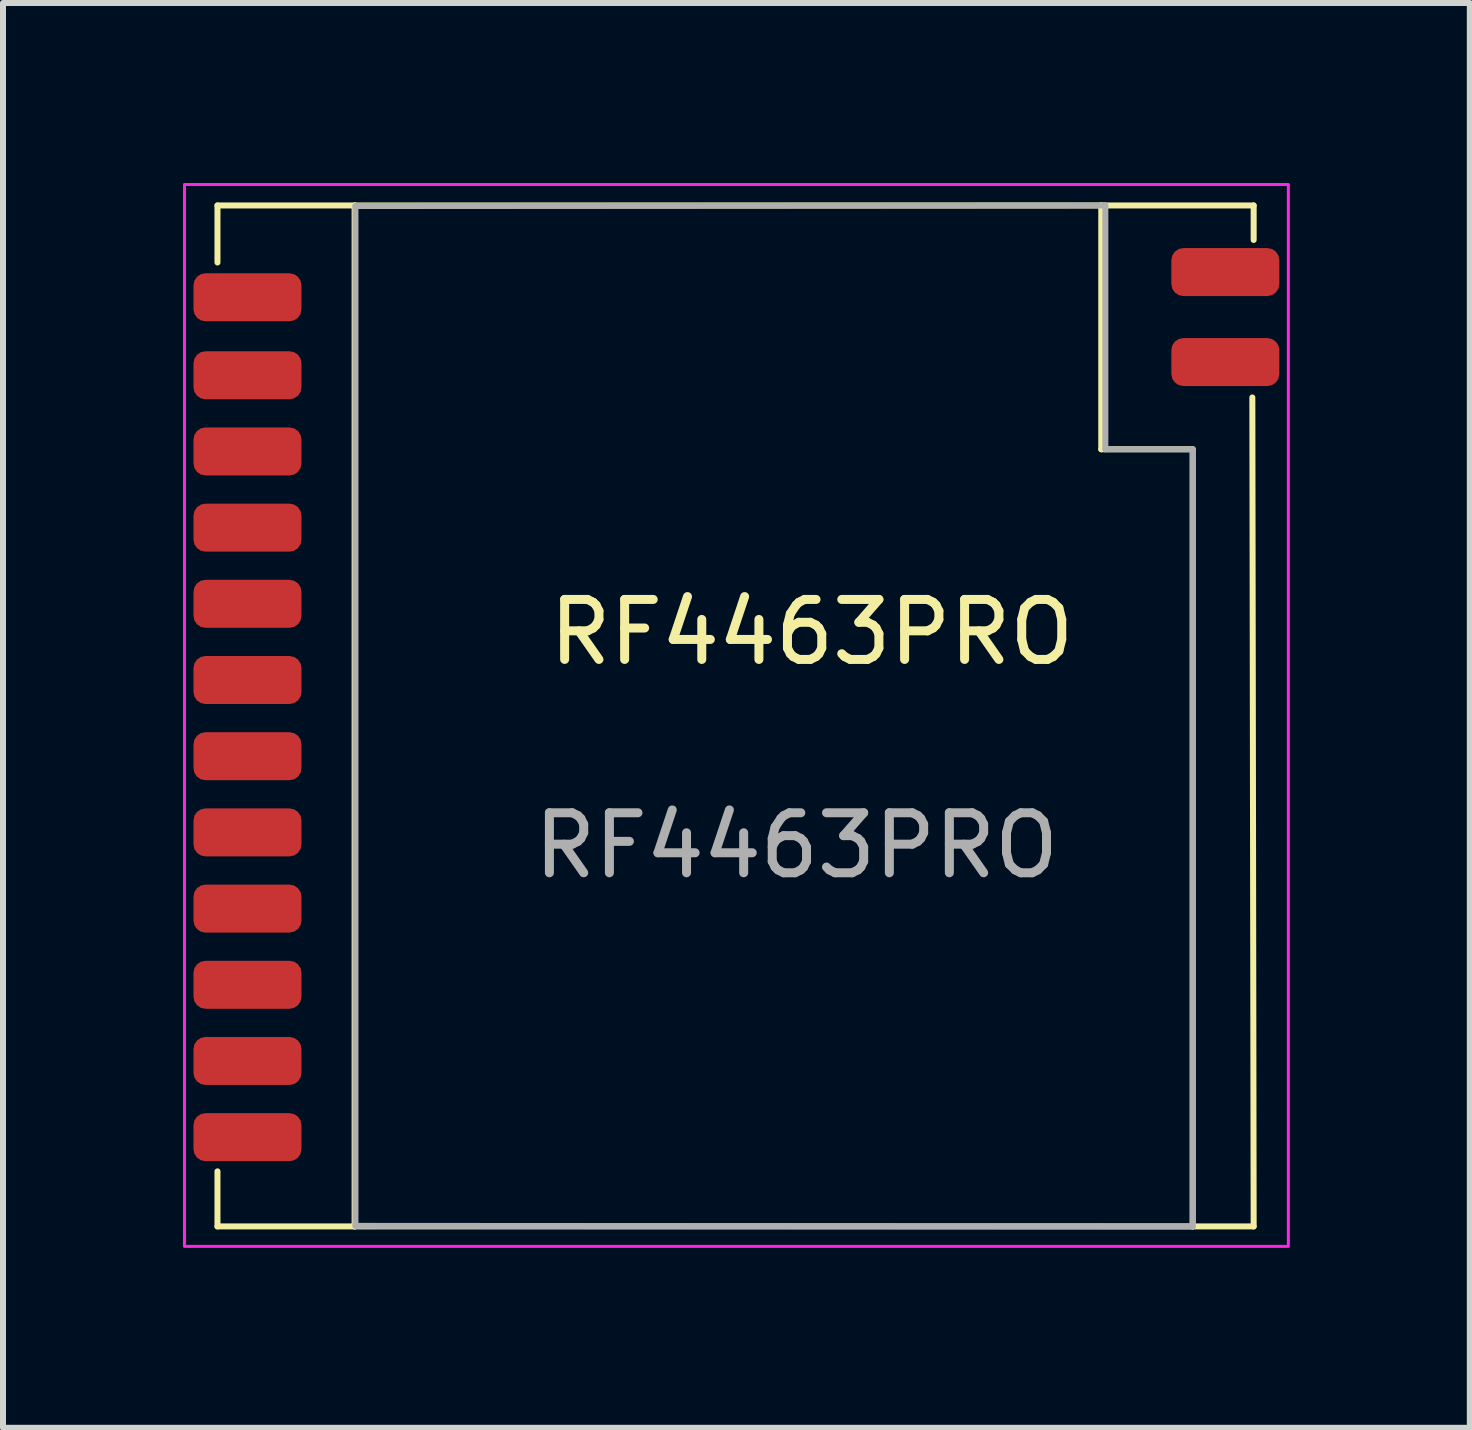
<source format=kicad_pcb>
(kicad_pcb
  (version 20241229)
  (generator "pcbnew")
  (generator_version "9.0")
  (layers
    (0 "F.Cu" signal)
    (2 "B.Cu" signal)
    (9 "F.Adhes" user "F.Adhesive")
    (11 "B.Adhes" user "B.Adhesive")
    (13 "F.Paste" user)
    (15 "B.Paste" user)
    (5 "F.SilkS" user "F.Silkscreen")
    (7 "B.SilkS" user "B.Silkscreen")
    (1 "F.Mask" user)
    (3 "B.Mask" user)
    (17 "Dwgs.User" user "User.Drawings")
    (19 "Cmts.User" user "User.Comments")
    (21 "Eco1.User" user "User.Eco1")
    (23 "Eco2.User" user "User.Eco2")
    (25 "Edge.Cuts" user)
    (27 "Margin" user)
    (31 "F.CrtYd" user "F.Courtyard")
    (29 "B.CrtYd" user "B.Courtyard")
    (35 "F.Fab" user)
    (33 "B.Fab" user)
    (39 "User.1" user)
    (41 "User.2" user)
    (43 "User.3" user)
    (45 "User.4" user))
  (footprint "RF4463PRO"
    (layer "F.Cu")
    (at 9.75 9.15)
    (property "Reference" "RF4463PRO" (at 0.731 -1.663 0) (unlocked yes) (layer "F.SilkS") (effects (font (size 1 1) (thickness 0.15))))
    (attr smd)
    (fp_line (start -9.175 -8.775) (end -9.175 -7.825) (stroke (width 0.1) (type default)) (layer "F.SilkS"))
    (fp_line (start -9.175 -8.775) (end -6.889 -8.775) (stroke (width 0.1) (type default)) (layer "F.SilkS"))
    (fp_line (start -9.175 8.243) (end -9.175 7.325) (stroke (width 0.1) (type default)) (layer "F.SilkS"))
    (fp_line (start -6.889 -8.775) (end -6.889 8.243) (stroke (width 0.1) (type default)) (layer "F.SilkS"))
    (fp_line (start -6.889 8.243) (end -9.175 8.243) (stroke (width 0.1) (type default)) (layer "F.SilkS"))
    (fp_line (start -6.889 8.243) (end 7.081 8.243) (stroke (width 0.1) (type default)) (layer "F.SilkS"))
    (fp_line (start 5.557 -8.775) (end -6.889 -8.775) (stroke (width 0.1) (type default)) (layer "F.SilkS"))
    (fp_line (start 5.557 -8.775) (end 8.097 -8.775) (stroke (width 0.1) (type default)) (layer "F.SilkS"))
    (fp_line (start 5.557 -4.711) (end 5.557 -8.775) (stroke (width 0.1) (type default)) (layer "F.SilkS"))
    (fp_line (start 7.081 -4.711) (end 5.557 -4.711) (stroke (width 0.1) (type default)) (layer "F.SilkS"))
    (fp_line (start 7.081 8.243) (end 7.081 -4.711) (stroke (width 0.1) (type default)) (layer "F.SilkS"))
    (fp_line (start 7.081 8.243) (end 8.097 8.243) (stroke (width 0.1) (type default)) (layer "F.SilkS"))
    (fp_line (start 8.097 -8.775) (end 8.097 -8.2) (stroke (width 0.1) (type default)) (layer "F.SilkS"))
    (fp_line (start 8.097 8.243) (end 8.075 -5.575) (stroke (width 0.1) (type default)) (layer "F.SilkS"))
    (fp_rect (start -9.725 -9.125) (end 8.675 8.575) (stroke (width 0.05) (type default)) (fill no) (layer "F.CrtYd"))
    (fp_line (start -6.875 -8.766) (end -6.875 8.234) (stroke (width 0.1) (type solid)) (layer "F.Fab"))
    (fp_line (start 5.625 -8.775) (end -6.875 -8.766) (stroke (width 0.1) (type default)) (layer "F.Fab"))
    (fp_line (start 5.625 -8.775) (end 5.625 -4.711) (stroke (width 0.1) (type default)) (layer "F.Fab"))
    (fp_line (start 5.625 -4.711) (end 7.081 -4.711) (stroke (width 0.1) (type default)) (layer "F.Fab"))
    (fp_line (start 7.081 -4.711) (end 7.081 8.243) (stroke (width 0.1) (type default)) (layer "F.Fab"))
    (fp_line (start 7.081 8.243) (end -6.875 8.234) (stroke (width 0.1) (type default)) (layer "F.Fab"))
    (fp_text user "${REFERENCE}" (at 0.477 1.893 0) (unlocked yes) (layer "F.Fab") (effects (font (size 1 1) (thickness 0.15))))
    (pad "1" smd roundrect (at -8.675 -7.245) (size 1.8 0.8) (layers "F.Cu" "F.Mask" "F.Paste") (roundrect_rratio 0.25))
    (pad "2" smd roundrect (at -8.675 -5.945) (size 1.8 0.8) (layers "F.Cu" "F.Mask" "F.Paste") (roundrect_rratio 0.25))
    (pad "3" smd roundrect (at -8.675 -4.675) (size 1.8 0.8) (layers "F.Cu" "F.Mask" "F.Paste") (roundrect_rratio 0.25))
    (pad "4" smd roundrect (at -8.675 -3.405) (size 1.8 0.8) (layers "F.Cu" "F.Mask" "F.Paste") (roundrect_rratio 0.25))
    (pad "5" smd roundrect (at -8.675 -2.135) (size 1.8 0.8) (layers "F.Cu" "F.Mask" "F.Paste") (roundrect_rratio 0.25))
    (pad "6" smd roundrect (at -8.675 -0.865) (size 1.8 0.8) (layers "F.Cu" "F.Mask" "F.Paste") (roundrect_rratio 0.25))
    (pad "7" smd roundrect (at -8.675 0.405) (size 1.8 0.8) (layers "F.Cu" "F.Mask" "F.Paste") (roundrect_rratio 0.25))
    (pad "8" smd roundrect (at -8.675 1.675) (size 1.8 0.8) (layers "F.Cu" "F.Mask" "F.Paste") (roundrect_rratio 0.25))
    (pad "9" smd roundrect (at -8.675 2.945) (size 1.8 0.8) (layers "F.Cu" "F.Mask" "F.Paste") (roundrect_rratio 0.25))
    (pad "10" smd roundrect (at -8.675 4.215) (size 1.8 0.8) (layers "F.Cu" "F.Mask" "F.Paste") (roundrect_rratio 0.25))
    (pad "11" smd roundrect (at -8.675 5.485) (size 1.8 0.8) (layers "F.Cu" "F.Mask" "F.Paste") (roundrect_rratio 0.25))
    (pad "12" smd roundrect (at -8.675 6.755) (size 1.8 0.8) (layers "F.Cu" "F.Mask" "F.Paste") (roundrect_rratio 0.25))
    (pad "13" smd roundrect (at 7.625 -6.165) (size 1.8 0.8) (layers "F.Cu" "F.Mask" "F.Paste") (roundrect_rratio 0.25))
    (pad "14" smd roundrect (at 7.625 -7.665) (size 1.8 0.8) (layers "F.Cu" "F.Mask" "F.Paste") (roundrect_rratio 0.25)))
  (gr_rect
    (start -3 -3)
    (end 21.45 20.75)
    (stroke (width 0.1) (type default))
    (fill no)
    (layer "Edge.Cuts")))
</source>
